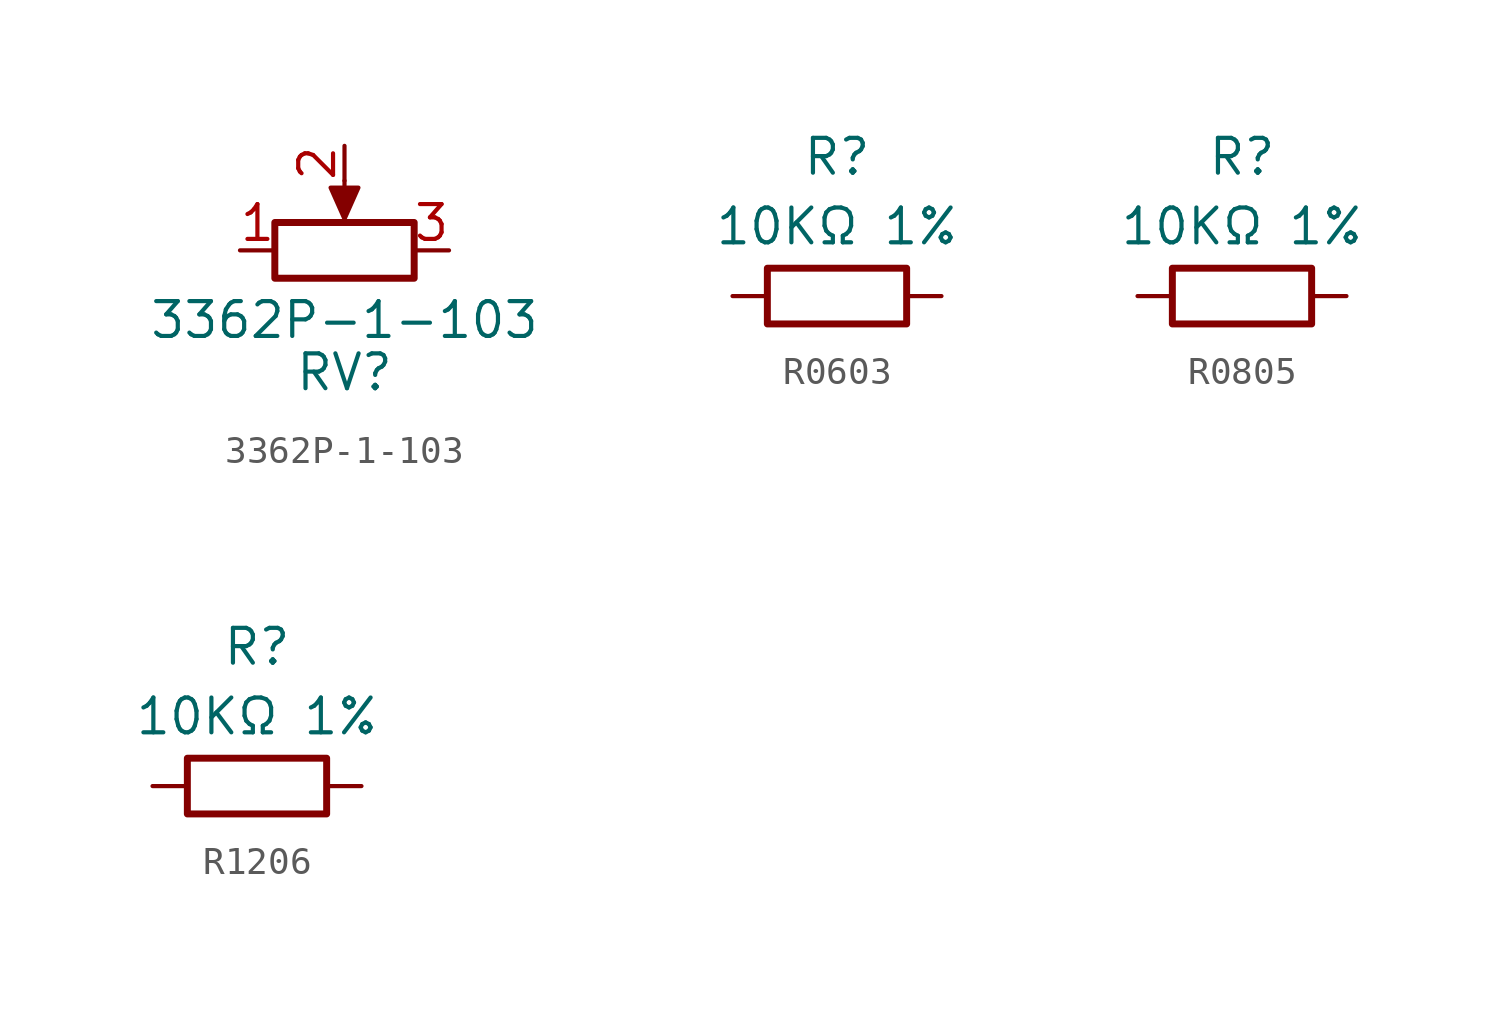
<source format=kicad_sym>
(kicad_symbol_lib
  (version 20220914)
  (generator kicad_symbol_editor)
  (symbol "3362P-1-103"
    (pin_names
      (offset 1.016) hide)
    (property "Reference" "RV"
      (at 0 -4.445 0)
      (effects (font (size 1.27 1.27))))
    (property "Value" "3362P-1-103"
      (at 0 -2.54 0)
      (effects (font (size 1.27 1.27))))
    (symbol "3362P-1-103_0_1"
      (rectangle (start -2.54 1.016) (end 2.54 -1.016) (stroke (width 0.254) (type default)) (fill (type none)))
      (polyline (pts (xy 0 2.54) (xy 0 1.524)) (stroke (width 0) (type default)) (fill (type none)))
      (polyline (pts (xy 0 1.143) (xy -0.508 2.286) (xy 0.508 2.286) (xy 0 1.143)) (stroke (width 0) (type default)) (fill (type outline))))
    (symbol "3362P-1-103_1_1"
      (pin passive line (at -3.81 0 0) (length 1.27) (name "1" (effects (font (size 1.27 1.27)))) (number "1" (effects (font (size 1.27 1.27)))))
      (pin passive line (at 0 3.81 270) (length 1.27) (name "2" (effects (font (size 1.27 1.27)))) (number "2" (effects (font (size 1.27 1.27)))))
      (pin passive line (at 3.81 0 180) (length 1.27) (name "3" (effects (font (size 1.27 1.27)))) (number "3" (effects (font (size 1.27 1.27)))))))
  (symbol "R0603"
    (pin_numbers hide)
    (pin_names
      (offset 0))
    (property "Reference" "R"
      (at 0 5.08 0)
      (do_not_autoplace)
      (effects (font (size 1.27 1.27))))
    (property "Value" "10KΩ 1%"
      (at 0 2.54 0)
      (do_not_autoplace)
      (effects (font (size 1.27 1.27))))
    (symbol "R0603_0_1"
      (rectangle (start 2.54 -1.016) (end -2.54 1.016) (stroke (width 0.254) (type default)) (fill (type none))))
    (symbol "R0603_1_1"
      (pin passive line (at -3.81 0 0) (length 1.27) (name "~" (effects (font (size 1.27 1.27)))) (number "1" (effects (font (size 1.27 1.27)))))
      (pin passive line (at 3.81 0 180) (length 1.27) (name "~" (effects (font (size 1.27 1.27)))) (number "2" (effects (font (size 1.27 1.27)))))))
  (symbol "R0805"
    (pin_numbers hide)
    (pin_names
      (offset 0))
    (property "Reference" "R"
      (at 0 5.08 0)
      (do_not_autoplace)
      (effects (font (size 1.27 1.27))))
    (property "Value" "10KΩ 1%"
      (at 0 2.54 0)
      (do_not_autoplace)
      (effects (font (size 1.27 1.27))))
    (symbol "R0805_0_1"
      (rectangle (start 2.54 -1.016) (end -2.54 1.016) (stroke (width 0.254) (type default)) (fill (type none))))
    (symbol "R0805_1_1"
      (pin passive line (at -3.81 0 0) (length 1.27) (name "~" (effects (font (size 1.27 1.27)))) (number "1" (effects (font (size 1.27 1.27)))))
      (pin passive line (at 3.81 0 180) (length 1.27) (name "~" (effects (font (size 1.27 1.27)))) (number "2" (effects (font (size 1.27 1.27)))))))
  (symbol "R1206"
    (pin_numbers hide)
    (pin_names
      (offset 0))
    (property "Reference" "R"
      (at 0 5.08 0)
      (do_not_autoplace)
      (effects (font (size 1.27 1.27))))
    (property "Value" "10KΩ 1%"
      (at 0 2.54 0)
      (do_not_autoplace)
      (effects (font (size 1.27 1.27))))
    (symbol "R1206_0_1"
      (rectangle (start 2.54 -1.016) (end -2.54 1.016) (stroke (width 0.254) (type default)) (fill (type none))))
    (symbol "R1206_1_1"
      (pin passive line (at -3.81 0 0) (length 1.27) (name "~" (effects (font (size 1.27 1.27)))) (number "1" (effects (font (size 1.27 1.27)))))
      (pin passive line (at 3.81 0 180) (length 1.27) (name "~" (effects (font (size 1.27 1.27)))) (number "2" (effects (font (size 1.27 1.27))))))))
</source>
